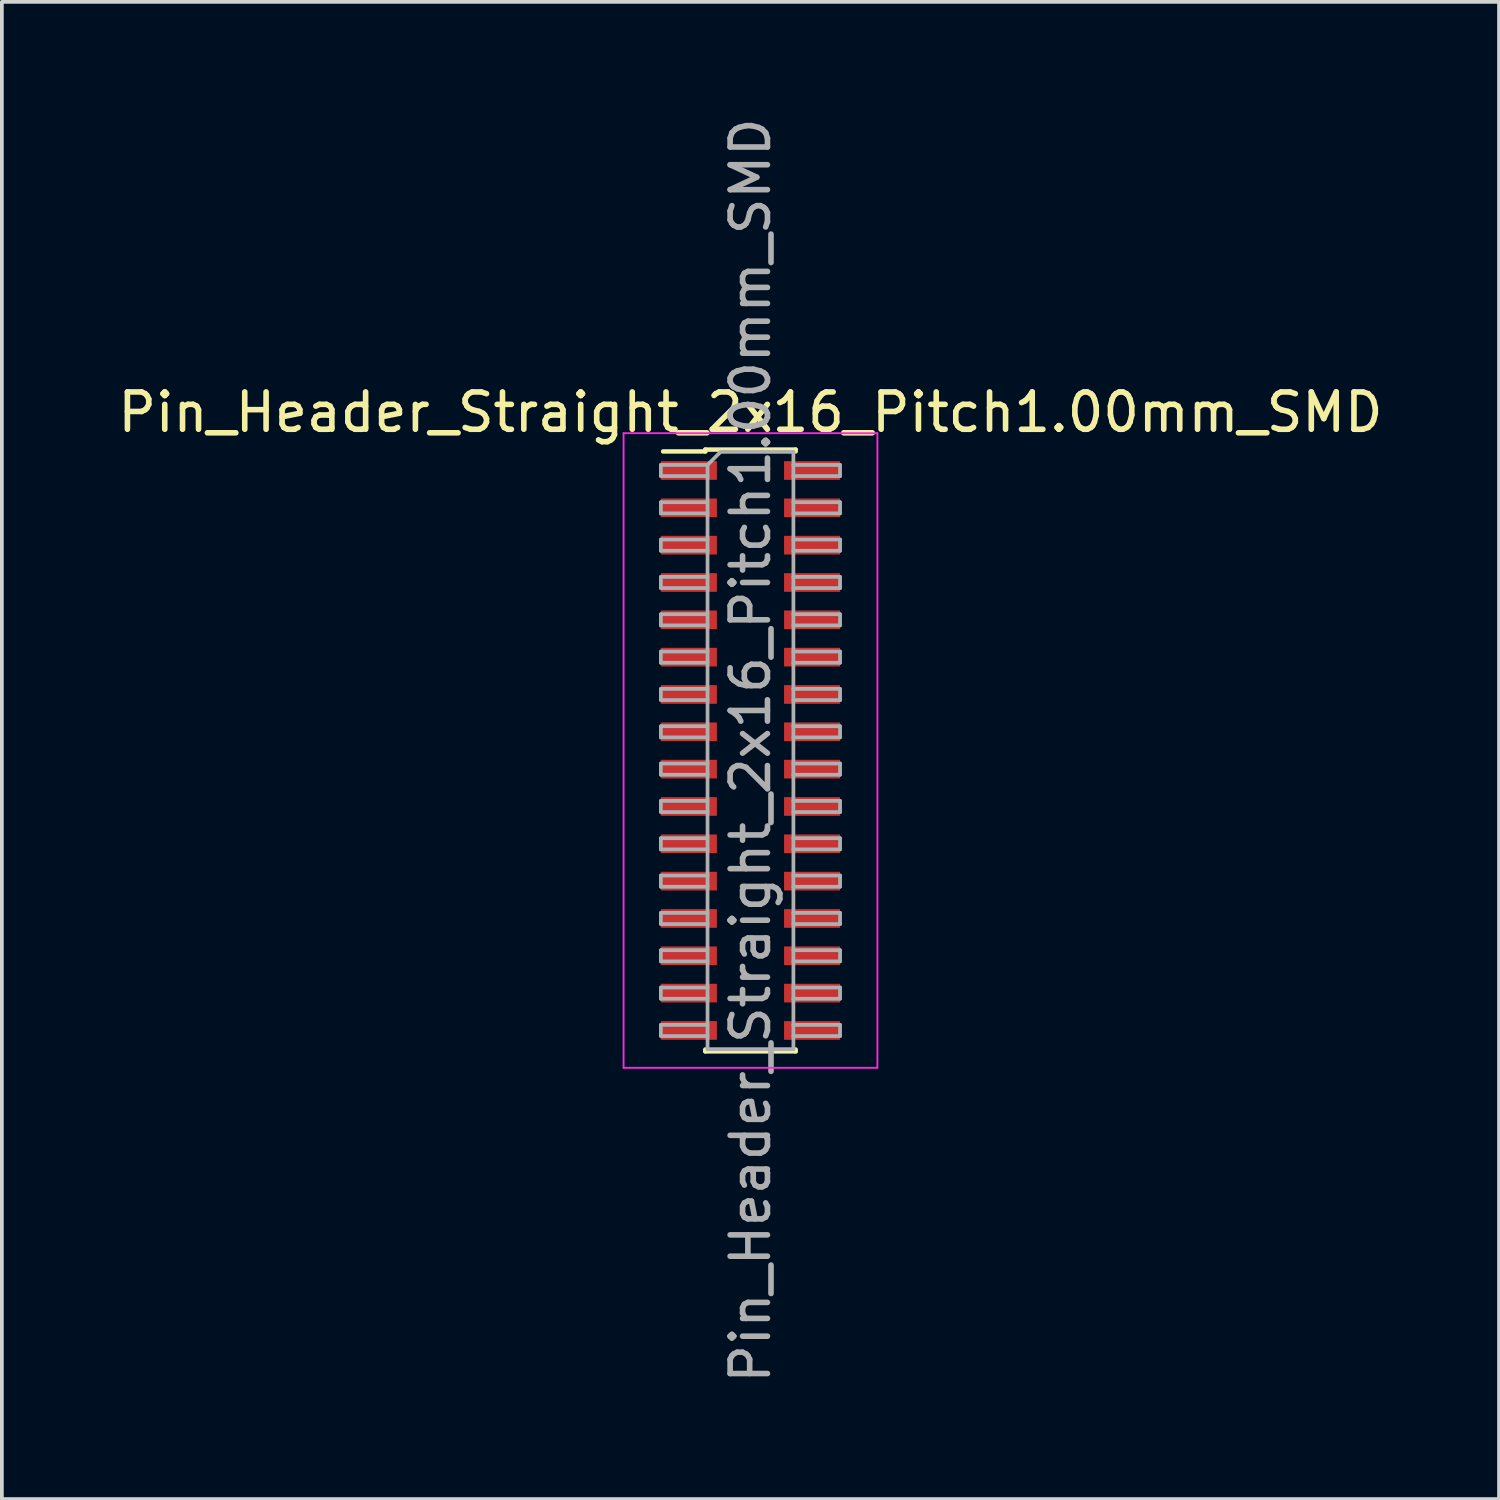
<source format=kicad_pcb>
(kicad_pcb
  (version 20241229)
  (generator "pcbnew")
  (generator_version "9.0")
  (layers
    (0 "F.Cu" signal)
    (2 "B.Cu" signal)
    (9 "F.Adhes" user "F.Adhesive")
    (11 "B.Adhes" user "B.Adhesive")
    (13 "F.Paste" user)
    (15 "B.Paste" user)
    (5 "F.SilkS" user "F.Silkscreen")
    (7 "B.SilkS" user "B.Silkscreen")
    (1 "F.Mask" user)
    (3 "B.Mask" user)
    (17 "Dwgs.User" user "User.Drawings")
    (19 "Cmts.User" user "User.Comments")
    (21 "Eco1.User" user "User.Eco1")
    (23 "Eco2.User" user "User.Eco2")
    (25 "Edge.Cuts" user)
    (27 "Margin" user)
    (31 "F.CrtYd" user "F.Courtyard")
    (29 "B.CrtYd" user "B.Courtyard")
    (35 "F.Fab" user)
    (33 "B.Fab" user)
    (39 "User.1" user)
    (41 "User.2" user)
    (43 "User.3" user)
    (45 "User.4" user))
  (footprint "Pin_Header_Straight_2x16_Pitch1.00mm_SMD"
    (layer "F.Cu")
    (at 17.054 17.054)
    (property "Reference" "Pin_Header_Straight_2x16_Pitch1.00mm_SMD" (at 0 -9.06 0) (layer "F.SilkS") (effects (font (size 1 1) (thickness 0.15))))
    (attr smd)
    (fp_line (start -2.34 -8.01) (end -1.21 -8.01) (stroke (width 0.12) (type solid)) (layer "F.SilkS"))
    (fp_line (start -1.21 -8.06) (end -1.21 -8.01) (stroke (width 0.12) (type solid)) (layer "F.SilkS"))
    (fp_line (start -1.21 -8.06) (end 1.21 -8.06) (stroke (width 0.12) (type solid)) (layer "F.SilkS"))
    (fp_line (start -1.21 8.01) (end -1.21 8.06) (stroke (width 0.12) (type solid)) (layer "F.SilkS"))
    (fp_line (start -1.21 8.06) (end 1.21 8.06) (stroke (width 0.12) (type solid)) (layer "F.SilkS"))
    (fp_line (start 1.21 -8.06) (end 1.21 -8.01) (stroke (width 0.12) (type solid)) (layer "F.SilkS"))
    (fp_line (start 1.21 8.01) (end 1.21 8.06) (stroke (width 0.12) (type solid)) (layer "F.SilkS"))
    (fp_line (start -3.4 -8.5) (end -3.4 8.5) (stroke (width 0.05) (type solid)) (layer "F.CrtYd"))
    (fp_line (start -3.4 8.5) (end 3.4 8.5) (stroke (width 0.05) (type solid)) (layer "F.CrtYd"))
    (fp_line (start 3.4 -8.5) (end -3.4 -8.5) (stroke (width 0.05) (type solid)) (layer "F.CrtYd"))
    (fp_line (start 3.4 8.5) (end 3.4 -8.5) (stroke (width 0.05) (type solid)) (layer "F.CrtYd"))
    (fp_line (start -2.4 -7.65) (end -2.4 -7.35) (stroke (width 0.1) (type solid)) (layer "F.Fab"))
    (fp_line (start -2.4 -7.35) (end -1.15 -7.35) (stroke (width 0.1) (type solid)) (layer "F.Fab"))
    (fp_line (start -2.4 -6.65) (end -2.4 -6.35) (stroke (width 0.1) (type solid)) (layer "F.Fab"))
    (fp_line (start -2.4 -6.35) (end -1.15 -6.35) (stroke (width 0.1) (type solid)) (layer "F.Fab"))
    (fp_line (start -2.4 -5.65) (end -2.4 -5.35) (stroke (width 0.1) (type solid)) (layer "F.Fab"))
    (fp_line (start -2.4 -5.35) (end -1.15 -5.35) (stroke (width 0.1) (type solid)) (layer "F.Fab"))
    (fp_line (start -2.4 -4.65) (end -2.4 -4.35) (stroke (width 0.1) (type solid)) (layer "F.Fab"))
    (fp_line (start -2.4 -4.35) (end -1.15 -4.35) (stroke (width 0.1) (type solid)) (layer "F.Fab"))
    (fp_line (start -2.4 -3.65) (end -2.4 -3.35) (stroke (width 0.1) (type solid)) (layer "F.Fab"))
    (fp_line (start -2.4 -3.35) (end -1.15 -3.35) (stroke (width 0.1) (type solid)) (layer "F.Fab"))
    (fp_line (start -2.4 -2.65) (end -2.4 -2.35) (stroke (width 0.1) (type solid)) (layer "F.Fab"))
    (fp_line (start -2.4 -2.35) (end -1.15 -2.35) (stroke (width 0.1) (type solid)) (layer "F.Fab"))
    (fp_line (start -2.4 -1.65) (end -2.4 -1.35) (stroke (width 0.1) (type solid)) (layer "F.Fab"))
    (fp_line (start -2.4 -1.35) (end -1.15 -1.35) (stroke (width 0.1) (type solid)) (layer "F.Fab"))
    (fp_line (start -2.4 -0.65) (end -2.4 -0.35) (stroke (width 0.1) (type solid)) (layer "F.Fab"))
    (fp_line (start -2.4 -0.35) (end -1.15 -0.35) (stroke (width 0.1) (type solid)) (layer "F.Fab"))
    (fp_line (start -2.4 0.35) (end -2.4 0.65) (stroke (width 0.1) (type solid)) (layer "F.Fab"))
    (fp_line (start -2.4 0.65) (end -1.15 0.65) (stroke (width 0.1) (type solid)) (layer "F.Fab"))
    (fp_line (start -2.4 1.35) (end -2.4 1.65) (stroke (width 0.1) (type solid)) (layer "F.Fab"))
    (fp_line (start -2.4 1.65) (end -1.15 1.65) (stroke (width 0.1) (type solid)) (layer "F.Fab"))
    (fp_line (start -2.4 2.35) (end -2.4 2.65) (stroke (width 0.1) (type solid)) (layer "F.Fab"))
    (fp_line (start -2.4 2.65) (end -1.15 2.65) (stroke (width 0.1) (type solid)) (layer "F.Fab"))
    (fp_line (start -2.4 3.35) (end -2.4 3.65) (stroke (width 0.1) (type solid)) (layer "F.Fab"))
    (fp_line (start -2.4 3.65) (end -1.15 3.65) (stroke (width 0.1) (type solid)) (layer "F.Fab"))
    (fp_line (start -2.4 4.35) (end -2.4 4.65) (stroke (width 0.1) (type solid)) (layer "F.Fab"))
    (fp_line (start -2.4 4.65) (end -1.15 4.65) (stroke (width 0.1) (type solid)) (layer "F.Fab"))
    (fp_line (start -2.4 5.35) (end -2.4 5.65) (stroke (width 0.1) (type solid)) (layer "F.Fab"))
    (fp_line (start -2.4 5.65) (end -1.15 5.65) (stroke (width 0.1) (type solid)) (layer "F.Fab"))
    (fp_line (start -2.4 6.35) (end -2.4 6.65) (stroke (width 0.1) (type solid)) (layer "F.Fab"))
    (fp_line (start -2.4 6.65) (end -1.15 6.65) (stroke (width 0.1) (type solid)) (layer "F.Fab"))
    (fp_line (start -2.4 7.35) (end -2.4 7.65) (stroke (width 0.1) (type solid)) (layer "F.Fab"))
    (fp_line (start -2.4 7.65) (end -1.15 7.65) (stroke (width 0.1) (type solid)) (layer "F.Fab"))
    (fp_line (start -1.15 -7.65) (end -2.4 -7.65) (stroke (width 0.1) (type solid)) (layer "F.Fab"))
    (fp_line (start -1.15 -7.65) (end -0.8 -8) (stroke (width 0.1) (type solid)) (layer "F.Fab"))
    (fp_line (start -1.15 -6.65) (end -2.4 -6.65) (stroke (width 0.1) (type solid)) (layer "F.Fab"))
    (fp_line (start -1.15 -5.65) (end -2.4 -5.65) (stroke (width 0.1) (type solid)) (layer "F.Fab"))
    (fp_line (start -1.15 -4.65) (end -2.4 -4.65) (stroke (width 0.1) (type solid)) (layer "F.Fab"))
    (fp_line (start -1.15 -3.65) (end -2.4 -3.65) (stroke (width 0.1) (type solid)) (layer "F.Fab"))
    (fp_line (start -1.15 -2.65) (end -2.4 -2.65) (stroke (width 0.1) (type solid)) (layer "F.Fab"))
    (fp_line (start -1.15 -1.65) (end -2.4 -1.65) (stroke (width 0.1) (type solid)) (layer "F.Fab"))
    (fp_line (start -1.15 -0.65) (end -2.4 -0.65) (stroke (width 0.1) (type solid)) (layer "F.Fab"))
    (fp_line (start -1.15 0.35) (end -2.4 0.35) (stroke (width 0.1) (type solid)) (layer "F.Fab"))
    (fp_line (start -1.15 1.35) (end -2.4 1.35) (stroke (width 0.1) (type solid)) (layer "F.Fab"))
    (fp_line (start -1.15 2.35) (end -2.4 2.35) (stroke (width 0.1) (type solid)) (layer "F.Fab"))
    (fp_line (start -1.15 3.35) (end -2.4 3.35) (stroke (width 0.1) (type solid)) (layer "F.Fab"))
    (fp_line (start -1.15 4.35) (end -2.4 4.35) (stroke (width 0.1) (type solid)) (layer "F.Fab"))
    (fp_line (start -1.15 5.35) (end -2.4 5.35) (stroke (width 0.1) (type solid)) (layer "F.Fab"))
    (fp_line (start -1.15 6.35) (end -2.4 6.35) (stroke (width 0.1) (type solid)) (layer "F.Fab"))
    (fp_line (start -1.15 7.35) (end -2.4 7.35) (stroke (width 0.1) (type solid)) (layer "F.Fab"))
    (fp_line (start -1.15 8) (end -1.15 -7.65) (stroke (width 0.1) (type solid)) (layer "F.Fab"))
    (fp_line (start -0.8 -8) (end 1.15 -8) (stroke (width 0.1) (type solid)) (layer "F.Fab"))
    (fp_line (start 1.15 -8) (end 1.15 8) (stroke (width 0.1) (type solid)) (layer "F.Fab"))
    (fp_line (start 1.15 -7.65) (end 2.4 -7.65) (stroke (width 0.1) (type solid)) (layer "F.Fab"))
    (fp_line (start 1.15 -6.65) (end 2.4 -6.65) (stroke (width 0.1) (type solid)) (layer "F.Fab"))
    (fp_line (start 1.15 -5.65) (end 2.4 -5.65) (stroke (width 0.1) (type solid)) (layer "F.Fab"))
    (fp_line (start 1.15 -4.65) (end 2.4 -4.65) (stroke (width 0.1) (type solid)) (layer "F.Fab"))
    (fp_line (start 1.15 -3.65) (end 2.4 -3.65) (stroke (width 0.1) (type solid)) (layer "F.Fab"))
    (fp_line (start 1.15 -2.65) (end 2.4 -2.65) (stroke (width 0.1) (type solid)) (layer "F.Fab"))
    (fp_line (start 1.15 -1.65) (end 2.4 -1.65) (stroke (width 0.1) (type solid)) (layer "F.Fab"))
    (fp_line (start 1.15 -0.65) (end 2.4 -0.65) (stroke (width 0.1) (type solid)) (layer "F.Fab"))
    (fp_line (start 1.15 0.35) (end 2.4 0.35) (stroke (width 0.1) (type solid)) (layer "F.Fab"))
    (fp_line (start 1.15 1.35) (end 2.4 1.35) (stroke (width 0.1) (type solid)) (layer "F.Fab"))
    (fp_line (start 1.15 2.35) (end 2.4 2.35) (stroke (width 0.1) (type solid)) (layer "F.Fab"))
    (fp_line (start 1.15 3.35) (end 2.4 3.35) (stroke (width 0.1) (type solid)) (layer "F.Fab"))
    (fp_line (start 1.15 4.35) (end 2.4 4.35) (stroke (width 0.1) (type solid)) (layer "F.Fab"))
    (fp_line (start 1.15 5.35) (end 2.4 5.35) (stroke (width 0.1) (type solid)) (layer "F.Fab"))
    (fp_line (start 1.15 6.35) (end 2.4 6.35) (stroke (width 0.1) (type solid)) (layer "F.Fab"))
    (fp_line (start 1.15 7.35) (end 2.4 7.35) (stroke (width 0.1) (type solid)) (layer "F.Fab"))
    (fp_line (start 1.15 8) (end -1.15 8) (stroke (width 0.1) (type solid)) (layer "F.Fab"))
    (fp_line (start 2.4 -7.65) (end 2.4 -7.35) (stroke (width 0.1) (type solid)) (layer "F.Fab"))
    (fp_line (start 2.4 -7.35) (end 1.15 -7.35) (stroke (width 0.1) (type solid)) (layer "F.Fab"))
    (fp_line (start 2.4 -6.65) (end 2.4 -6.35) (stroke (width 0.1) (type solid)) (layer "F.Fab"))
    (fp_line (start 2.4 -6.35) (end 1.15 -6.35) (stroke (width 0.1) (type solid)) (layer "F.Fab"))
    (fp_line (start 2.4 -5.65) (end 2.4 -5.35) (stroke (width 0.1) (type solid)) (layer "F.Fab"))
    (fp_line (start 2.4 -5.35) (end 1.15 -5.35) (stroke (width 0.1) (type solid)) (layer "F.Fab"))
    (fp_line (start 2.4 -4.65) (end 2.4 -4.35) (stroke (width 0.1) (type solid)) (layer "F.Fab"))
    (fp_line (start 2.4 -4.35) (end 1.15 -4.35) (stroke (width 0.1) (type solid)) (layer "F.Fab"))
    (fp_line (start 2.4 -3.65) (end 2.4 -3.35) (stroke (width 0.1) (type solid)) (layer "F.Fab"))
    (fp_line (start 2.4 -3.35) (end 1.15 -3.35) (stroke (width 0.1) (type solid)) (layer "F.Fab"))
    (fp_line (start 2.4 -2.65) (end 2.4 -2.35) (stroke (width 0.1) (type solid)) (layer "F.Fab"))
    (fp_line (start 2.4 -2.35) (end 1.15 -2.35) (stroke (width 0.1) (type solid)) (layer "F.Fab"))
    (fp_line (start 2.4 -1.65) (end 2.4 -1.35) (stroke (width 0.1) (type solid)) (layer "F.Fab"))
    (fp_line (start 2.4 -1.35) (end 1.15 -1.35) (stroke (width 0.1) (type solid)) (layer "F.Fab"))
    (fp_line (start 2.4 -0.65) (end 2.4 -0.35) (stroke (width 0.1) (type solid)) (layer "F.Fab"))
    (fp_line (start 2.4 -0.35) (end 1.15 -0.35) (stroke (width 0.1) (type solid)) (layer "F.Fab"))
    (fp_line (start 2.4 0.35) (end 2.4 0.65) (stroke (width 0.1) (type solid)) (layer "F.Fab"))
    (fp_line (start 2.4 0.65) (end 1.15 0.65) (stroke (width 0.1) (type solid)) (layer "F.Fab"))
    (fp_line (start 2.4 1.35) (end 2.4 1.65) (stroke (width 0.1) (type solid)) (layer "F.Fab"))
    (fp_line (start 2.4 1.65) (end 1.15 1.65) (stroke (width 0.1) (type solid)) (layer "F.Fab"))
    (fp_line (start 2.4 2.35) (end 2.4 2.65) (stroke (width 0.1) (type solid)) (layer "F.Fab"))
    (fp_line (start 2.4 2.65) (end 1.15 2.65) (stroke (width 0.1) (type solid)) (layer "F.Fab"))
    (fp_line (start 2.4 3.35) (end 2.4 3.65) (stroke (width 0.1) (type solid)) (layer "F.Fab"))
    (fp_line (start 2.4 3.65) (end 1.15 3.65) (stroke (width 0.1) (type solid)) (layer "F.Fab"))
    (fp_line (start 2.4 4.35) (end 2.4 4.65) (stroke (width 0.1) (type solid)) (layer "F.Fab"))
    (fp_line (start 2.4 4.65) (end 1.15 4.65) (stroke (width 0.1) (type solid)) (layer "F.Fab"))
    (fp_line (start 2.4 5.35) (end 2.4 5.65) (stroke (width 0.1) (type solid)) (layer "F.Fab"))
    (fp_line (start 2.4 5.65) (end 1.15 5.65) (stroke (width 0.1) (type solid)) (layer "F.Fab"))
    (fp_line (start 2.4 6.35) (end 2.4 6.65) (stroke (width 0.1) (type solid)) (layer "F.Fab"))
    (fp_line (start 2.4 6.65) (end 1.15 6.65) (stroke (width 0.1) (type solid)) (layer "F.Fab"))
    (fp_line (start 2.4 7.35) (end 2.4 7.65) (stroke (width 0.1) (type solid)) (layer "F.Fab"))
    (fp_line (start 2.4 7.65) (end 1.15 7.65) (stroke (width 0.1) (type solid)) (layer "F.Fab"))
    (fp_text user "${REFERENCE}" (at 0 0 90) (layer "F.Fab") (effects (font (size 1 1) (thickness 0.15))))
    (pad "1" smd rect (at -1.65 -7.5) (size 1.5 0.5) (layers "F.Cu" "F.Mask" "F.Paste"))
    (pad "2" smd rect (at 1.65 -7.5) (size 1.5 0.5) (layers "F.Cu" "F.Mask" "F.Paste"))
    (pad "3" smd rect (at -1.65 -6.5) (size 1.5 0.5) (layers "F.Cu" "F.Mask" "F.Paste"))
    (pad "4" smd rect (at 1.65 -6.5) (size 1.5 0.5) (layers "F.Cu" "F.Mask" "F.Paste"))
    (pad "5" smd rect (at -1.65 -5.5) (size 1.5 0.5) (layers "F.Cu" "F.Mask" "F.Paste"))
    (pad "6" smd rect (at 1.65 -5.5) (size 1.5 0.5) (layers "F.Cu" "F.Mask" "F.Paste"))
    (pad "7" smd rect (at -1.65 -4.5) (size 1.5 0.5) (layers "F.Cu" "F.Mask" "F.Paste"))
    (pad "8" smd rect (at 1.65 -4.5) (size 1.5 0.5) (layers "F.Cu" "F.Mask" "F.Paste"))
    (pad "9" smd rect (at -1.65 -3.5) (size 1.5 0.5) (layers "F.Cu" "F.Mask" "F.Paste"))
    (pad "10" smd rect (at 1.65 -3.5) (size 1.5 0.5) (layers "F.Cu" "F.Mask" "F.Paste"))
    (pad "11" smd rect (at -1.65 -2.5) (size 1.5 0.5) (layers "F.Cu" "F.Mask" "F.Paste"))
    (pad "12" smd rect (at 1.65 -2.5) (size 1.5 0.5) (layers "F.Cu" "F.Mask" "F.Paste"))
    (pad "13" smd rect (at -1.65 -1.5) (size 1.5 0.5) (layers "F.Cu" "F.Mask" "F.Paste"))
    (pad "14" smd rect (at 1.65 -1.5) (size 1.5 0.5) (layers "F.Cu" "F.Mask" "F.Paste"))
    (pad "15" smd rect (at -1.65 -0.5) (size 1.5 0.5) (layers "F.Cu" "F.Mask" "F.Paste"))
    (pad "16" smd rect (at 1.65 -0.5) (size 1.5 0.5) (layers "F.Cu" "F.Mask" "F.Paste"))
    (pad "17" smd rect (at -1.65 0.5) (size 1.5 0.5) (layers "F.Cu" "F.Mask" "F.Paste"))
    (pad "18" smd rect (at 1.65 0.5) (size 1.5 0.5) (layers "F.Cu" "F.Mask" "F.Paste"))
    (pad "19" smd rect (at -1.65 1.5) (size 1.5 0.5) (layers "F.Cu" "F.Mask" "F.Paste"))
    (pad "20" smd rect (at 1.65 1.5) (size 1.5 0.5) (layers "F.Cu" "F.Mask" "F.Paste"))
    (pad "21" smd rect (at -1.65 2.5) (size 1.5 0.5) (layers "F.Cu" "F.Mask" "F.Paste"))
    (pad "22" smd rect (at 1.65 2.5) (size 1.5 0.5) (layers "F.Cu" "F.Mask" "F.Paste"))
    (pad "23" smd rect (at -1.65 3.5) (size 1.5 0.5) (layers "F.Cu" "F.Mask" "F.Paste"))
    (pad "24" smd rect (at 1.65 3.5) (size 1.5 0.5) (layers "F.Cu" "F.Mask" "F.Paste"))
    (pad "25" smd rect (at -1.65 4.5) (size 1.5 0.5) (layers "F.Cu" "F.Mask" "F.Paste"))
    (pad "26" smd rect (at 1.65 4.5) (size 1.5 0.5) (layers "F.Cu" "F.Mask" "F.Paste"))
    (pad "27" smd rect (at -1.65 5.5) (size 1.5 0.5) (layers "F.Cu" "F.Mask" "F.Paste"))
    (pad "28" smd rect (at 1.65 5.5) (size 1.5 0.5) (layers "F.Cu" "F.Mask" "F.Paste"))
    (pad "29" smd rect (at -1.65 6.5) (size 1.5 0.5) (layers "F.Cu" "F.Mask" "F.Paste"))
    (pad "30" smd rect (at 1.65 6.5) (size 1.5 0.5) (layers "F.Cu" "F.Mask" "F.Paste"))
    (pad "31" smd rect (at -1.65 7.5) (size 1.5 0.5) (layers "F.Cu" "F.Mask" "F.Paste"))
    (pad "32" smd rect (at 1.65 7.5) (size 1.5 0.5) (layers "F.Cu" "F.Mask" "F.Paste")))
  (gr_rect
    (start -3 -3)
    (end 37.107 37.107)
    (stroke (width 0.1) (type default))
    (fill no)
    (layer "Edge.Cuts")))
</source>
